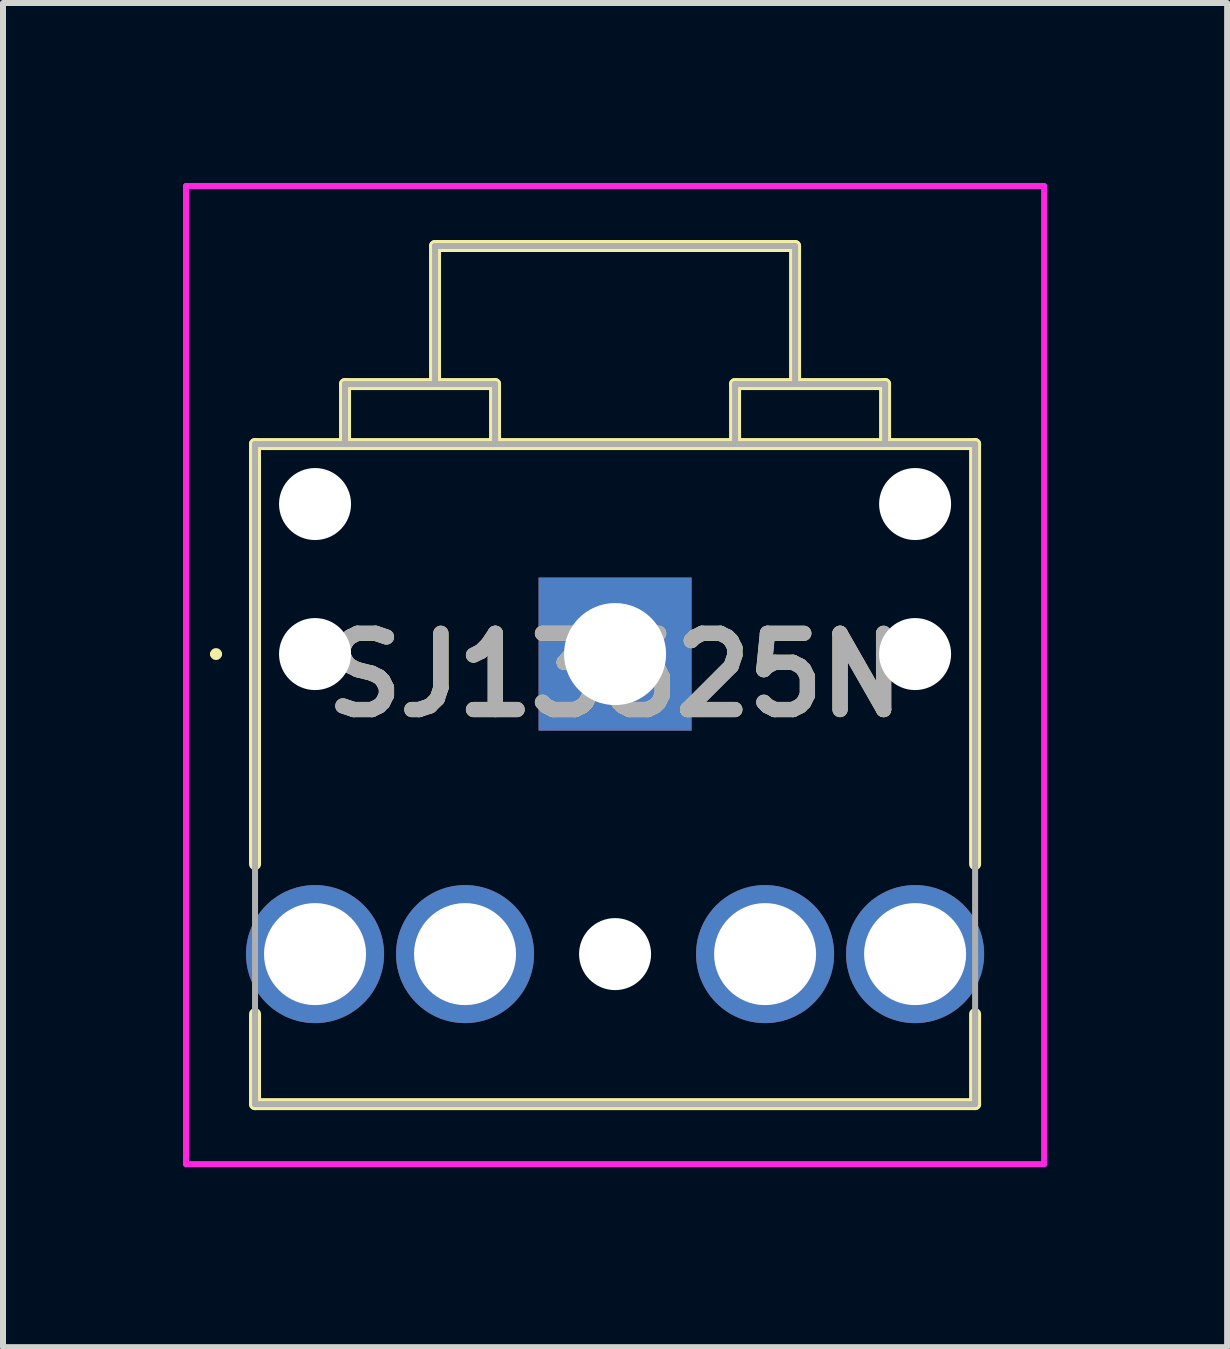
<source format=kicad_pcb>
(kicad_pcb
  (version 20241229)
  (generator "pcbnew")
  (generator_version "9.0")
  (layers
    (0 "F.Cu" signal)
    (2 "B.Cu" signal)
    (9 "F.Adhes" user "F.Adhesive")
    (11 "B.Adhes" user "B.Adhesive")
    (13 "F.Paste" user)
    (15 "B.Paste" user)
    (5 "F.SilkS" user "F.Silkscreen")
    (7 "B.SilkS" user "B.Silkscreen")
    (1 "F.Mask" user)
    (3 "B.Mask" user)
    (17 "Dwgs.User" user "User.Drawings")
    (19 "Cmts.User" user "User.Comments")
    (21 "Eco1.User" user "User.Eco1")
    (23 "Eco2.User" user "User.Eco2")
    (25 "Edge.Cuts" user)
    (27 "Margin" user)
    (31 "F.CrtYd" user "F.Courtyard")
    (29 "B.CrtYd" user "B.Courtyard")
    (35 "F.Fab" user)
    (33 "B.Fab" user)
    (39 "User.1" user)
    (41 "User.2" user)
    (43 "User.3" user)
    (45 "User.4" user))
  (footprint "SJ13525N"
    (layer "F.Cu")
    (at 7.2 7.85)
    (property "Reference" "SJ13525N" (at 0 0.35 0) (layer "F.SilkS") (effects (font (size 1.27 1.27) (thickness 0.254))))
    (attr through_hole)
    (fp_line (start -6.7 0) (end -6.7 0) (stroke (width 0.1) (type solid)) (layer "F.SilkS"))
    (fp_line (start -6.6 0) (end -6.6 0) (stroke (width 0.1) (type solid)) (layer "F.SilkS"))
    (fp_line (start -6 -3.5) (end 6 -3.5) (stroke (width 0.2) (type solid)) (layer "F.SilkS"))
    (fp_line (start -6 3.5) (end -6 -3.5) (stroke (width 0.2) (type solid)) (layer "F.SilkS"))
    (fp_line (start -6 6) (end -6 7.5) (stroke (width 0.2) (type solid)) (layer "F.SilkS"))
    (fp_line (start -6 7.5) (end 6 7.5) (stroke (width 0.2) (type solid)) (layer "F.SilkS"))
    (fp_line (start -4.5 -4.5) (end -2 -4.5) (stroke (width 0.2) (type solid)) (layer "F.SilkS"))
    (fp_line (start -4.5 -3.5) (end -4.5 -4.5) (stroke (width 0.2) (type solid)) (layer "F.SilkS"))
    (fp_line (start -3 -6.8) (end 3 -6.8) (stroke (width 0.2) (type solid)) (layer "F.SilkS"))
    (fp_line (start -3 -4.5) (end -3 -6.8) (stroke (width 0.2) (type solid)) (layer "F.SilkS"))
    (fp_line (start -2 -4.5) (end -2 -3.5) (stroke (width 0.2) (type solid)) (layer "F.SilkS"))
    (fp_line (start 2 -4.5) (end 4.5 -4.5) (stroke (width 0.2) (type solid)) (layer "F.SilkS"))
    (fp_line (start 2 -3.5) (end 2 -4.5) (stroke (width 0.2) (type solid)) (layer "F.SilkS"))
    (fp_line (start 3 -6.8) (end 3 -4.5) (stroke (width 0.2) (type solid)) (layer "F.SilkS"))
    (fp_line (start 4.5 -4.5) (end 4.5 -3.5) (stroke (width 0.2) (type solid)) (layer "F.SilkS"))
    (fp_line (start 6 -3.5) (end 6 3.5) (stroke (width 0.2) (type solid)) (layer "F.SilkS"))
    (fp_line (start 6 7.5) (end 6 6) (stroke (width 0.2) (type solid)) (layer "F.SilkS"))
    (fp_arc (start -6.7 0) (mid -6.65 -0.05) (end -6.6 0) (stroke (width 0.1) (type solid)) (layer "F.SilkS"))
    (fp_arc (start -6.6 0) (mid -6.65 0.05) (end -6.7 0) (stroke (width 0.1) (type solid)) (layer "F.SilkS"))
    (fp_line (start -7.15 -7.8) (end 7.15 -7.8) (stroke (width 0.1) (type solid)) (layer "F.CrtYd"))
    (fp_line (start -7.15 8.5) (end -7.15 -7.8) (stroke (width 0.1) (type solid)) (layer "F.CrtYd"))
    (fp_line (start 7.15 -7.8) (end 7.15 8.5) (stroke (width 0.1) (type solid)) (layer "F.CrtYd"))
    (fp_line (start 7.15 8.5) (end -7.15 8.5) (stroke (width 0.1) (type solid)) (layer "F.CrtYd"))
    (fp_line (start -6 -3.5) (end 6 -3.5) (stroke (width 0.1) (type solid)) (layer "F.Fab"))
    (fp_line (start -6 7.5) (end -6 -3.5) (stroke (width 0.1) (type solid)) (layer "F.Fab"))
    (fp_line (start -4.5 -4.5) (end -4.5 -3.5) (stroke (width 0.1) (type solid)) (layer "F.Fab"))
    (fp_line (start -3 -6.8) (end 3 -6.8) (stroke (width 0.1) (type solid)) (layer "F.Fab"))
    (fp_line (start -3 -4.5) (end -3 -6.8) (stroke (width 0.1) (type solid)) (layer "F.Fab"))
    (fp_line (start -2 -4.5) (end -4.5 -4.5) (stroke (width 0.1) (type solid)) (layer "F.Fab"))
    (fp_line (start -2 -3.5) (end -2 -4.5) (stroke (width 0.1) (type solid)) (layer "F.Fab"))
    (fp_line (start 2 -4.5) (end 2 -3.5) (stroke (width 0.1) (type solid)) (layer "F.Fab"))
    (fp_line (start 3 -6.8) (end 3 -4.5) (stroke (width 0.1) (type solid)) (layer "F.Fab"))
    (fp_line (start 4.5 -4.5) (end 2 -4.5) (stroke (width 0.1) (type solid)) (layer "F.Fab"))
    (fp_line (start 4.5 -3.5) (end 4.5 -4.5) (stroke (width 0.1) (type solid)) (layer "F.Fab"))
    (fp_line (start 6 -3.5) (end 6 7.5) (stroke (width 0.1) (type solid)) (layer "F.Fab"))
    (fp_line (start 6 7.5) (end -6 7.5) (stroke (width 0.1) (type solid)) (layer "F.Fab"))
    (fp_text user "${REFERENCE}" (at 0 0.35 0) (layer "F.Fab") (effects (font (size 1.27 1.27) (thickness 0.254))))
    (pad "" np_thru_hole circle (at -5 -2.5) (size 1.2 1.2) (drill 1.2) (layers "*.Cu" "*.Mask"))
    (pad "" np_thru_hole circle (at -5 0) (size 1.2 1.2) (drill 1.2) (layers "*.Cu" "*.Mask"))
    (pad "" np_thru_hole circle (at 0 5) (size 1.2 1.2) (drill 1.2) (layers "*.Cu" "*.Mask"))
    (pad "" np_thru_hole circle (at 5 -2.5) (size 1.2 1.2) (drill 1.2) (layers "*.Cu" "*.Mask"))
    (pad "" np_thru_hole circle (at 5 0) (size 1.2 1.2) (drill 1.2) (layers "*.Cu" "*.Mask"))
    (pad "1" thru_hole rect (at 0 0) (size 2.55 2.55) (drill 1.7) (layers "*.Cu" "*.Mask"))
    (pad "2" thru_hole circle (at -5 5) (size 2.3 2.3) (drill 1.7) (layers "*.Cu" "*.Mask"))
    (pad "3" thru_hole circle (at 5 5) (size 2.3 2.3) (drill 1.7) (layers "*.Cu" "*.Mask"))
    (pad "10" thru_hole circle (at -2.5 5) (size 2.3 2.3) (drill 1.7) (layers "*.Cu" "*.Mask"))
    (pad "11" thru_hole circle (at 2.5 5) (size 2.3 2.3) (drill 1.7) (layers "*.Cu" "*.Mask")))
  (gr_rect
    (start -3 -3)
    (end 17.4 19.4)
    (stroke (width 0.1) (type default))
    (fill no)
    (layer "Edge.Cuts")))
</source>
